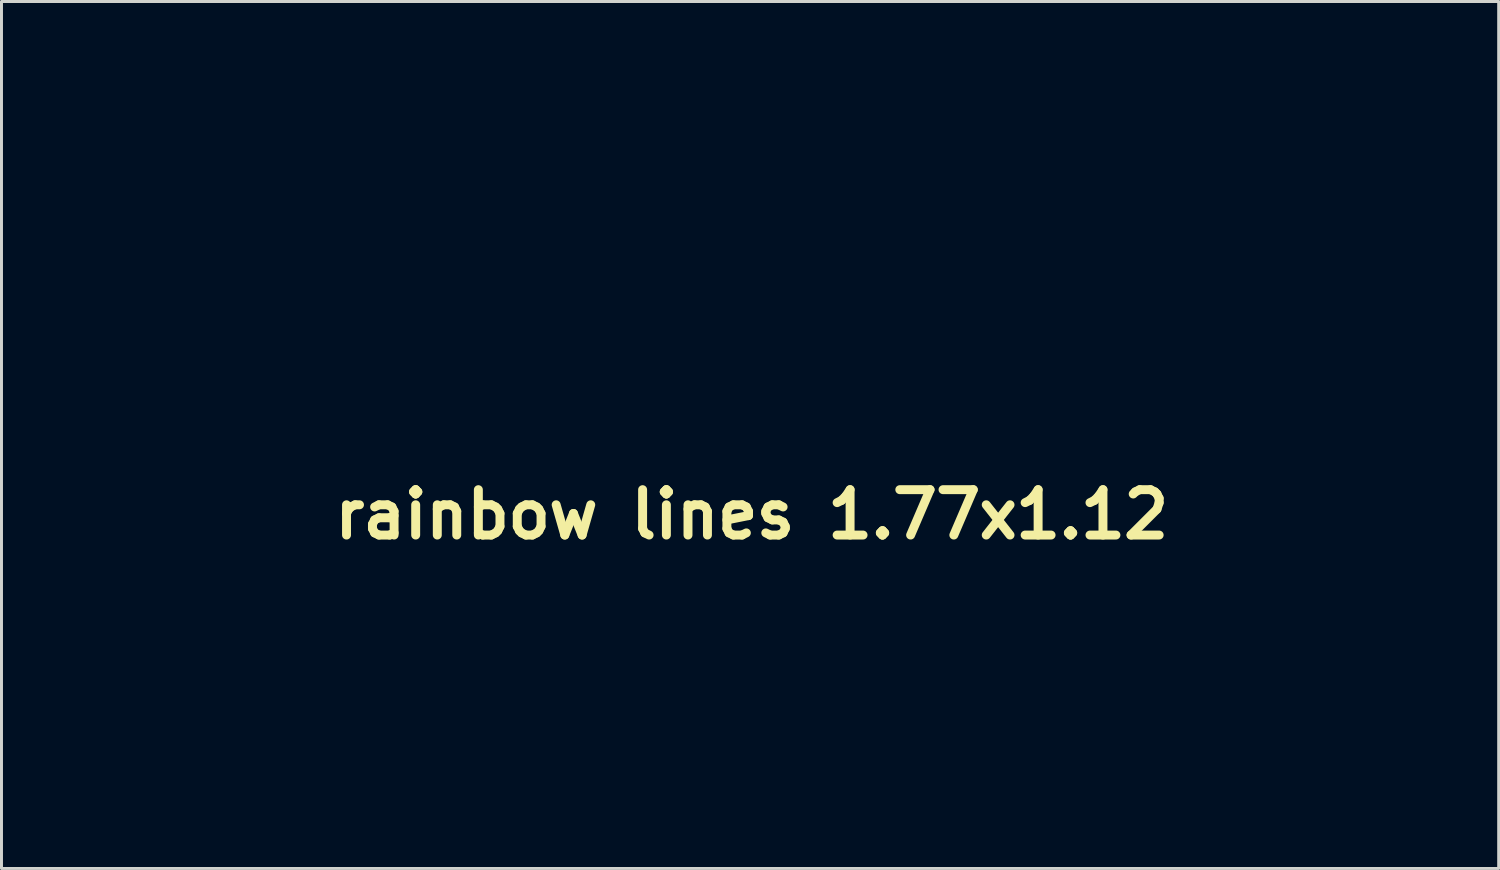
<source format=kicad_pcb>
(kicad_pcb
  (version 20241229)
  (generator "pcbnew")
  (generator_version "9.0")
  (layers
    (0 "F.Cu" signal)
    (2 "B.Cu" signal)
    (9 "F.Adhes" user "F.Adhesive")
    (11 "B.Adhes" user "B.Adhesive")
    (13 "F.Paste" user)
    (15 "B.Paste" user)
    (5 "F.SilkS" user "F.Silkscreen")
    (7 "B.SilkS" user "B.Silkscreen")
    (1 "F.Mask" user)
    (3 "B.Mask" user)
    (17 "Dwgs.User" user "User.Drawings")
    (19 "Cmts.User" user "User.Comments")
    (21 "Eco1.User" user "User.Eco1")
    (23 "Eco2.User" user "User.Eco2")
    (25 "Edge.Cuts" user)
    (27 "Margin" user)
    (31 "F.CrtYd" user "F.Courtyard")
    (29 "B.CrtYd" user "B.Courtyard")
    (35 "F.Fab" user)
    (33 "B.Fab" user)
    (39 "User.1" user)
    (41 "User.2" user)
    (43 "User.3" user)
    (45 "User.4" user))
  (footprint "rainbow lines 1.77x1.12"
    (layer "F.Cu")
    (at 22.193 14.227)
    (property "Reference" "rainbow lines 1.77x1.12" (at 0 0 0) (layer "F.SilkS") (effects (font (size 1.524 1.524) (thickness 0.3))))
    (attr board_only exclude_from_pos_files exclude_from_bom)
    (fp_poly (pts (xy 0.245 3.243) (xy 0.748 3.291) (xy 1.251 3.379) (xy 1.753 3.508) (xy 2.256 3.678) (xy 2.757 3.89) (xy 3.258 4.142) (xy 3.757 4.435) (xy 4.254 4.769) (xy 4.431 4.898) (xy 4.552 4.99) (xy 4.69 5.099) (xy 4.84 5.221) (xy 4.997 5.351) (xy 5.156 5.486) (xy 5.314 5.622) (xy 5.466 5.755) (xy 5.607 5.881) (xy 5.733 5.996) (xy 5.839 6.096) (xy 5.921 6.177) (xy 5.975 6.236) (xy 5.98 6.243) (xy 6.025 6.301) (xy 5.972 6.334) (xy 5.928 6.367) (xy 5.868 6.418) (xy 5.823 6.459) (xy 5.753 6.517) (xy 5.676 6.567) (xy 5.632 6.589) (xy 5.568 6.627) (xy 5.48 6.697) (xy 5.368 6.798) (xy 5.29 6.872) (xy 5.148 7.013) (xy 5.033 7.127) (xy 4.943 7.217) (xy 4.875 7.288) (xy 4.826 7.343) (xy 4.793 7.384) (xy 4.772 7.416) (xy 4.76 7.441) (xy 4.757 7.449) (xy 4.73 7.509) (xy 4.689 7.562) (xy 4.656 7.6) (xy 4.605 7.664) (xy 4.545 7.743) (xy 4.494 7.813) (xy 4.413 7.931) (xy 4.359 8.028) (xy 4.326 8.113) (xy 4.321 8.134) (xy 4.297 8.209) (xy 4.269 8.275) (xy 4.249 8.305) (xy 4.218 8.356) (xy 4.206 8.399) (xy 4.2 8.436) (xy 4.185 8.503) (xy 4.163 8.59) (xy 4.143 8.664) (xy 4.081 8.885) (xy 3.882 8.643) (xy 3.685 8.41) (xy 3.468 8.164) (xy 3.244 7.919) (xy 3.024 7.686) (xy 2.858 7.517) (xy 2.512 7.186) (xy 2.177 6.894) (xy 1.85 6.64) (xy 1.53 6.422) (xy 1.215 6.24) (xy 0.903 6.092) (xy 0.593 5.978) (xy 0.283 5.896) (xy 0.213 5.882) (xy 0.096 5.867) (xy -0.05 5.859) (xy -0.212 5.858) (xy -0.376 5.863) (xy -0.527 5.874) (xy -0.652 5.892) (xy -0.656 5.893) (xy -0.973 5.975) (xy -1.296 6.096) (xy -1.623 6.254) (xy -1.95 6.447) (xy -2.275 6.675) (xy -2.383 6.759) (xy -2.583 6.926) (xy -2.801 7.12) (xy -3.03 7.335) (xy -3.262 7.564) (xy -3.491 7.799) (xy -3.709 8.033) (xy -3.911 8.26) (xy -4.085 8.468) (xy -4.142 8.536) (xy -4.179 8.569) (xy -4.2 8.571) (xy -4.207 8.542) (xy -4.207 8.536) (xy -4.215 8.5) (xy -4.236 8.435) (xy -4.267 8.354) (xy -4.287 8.303) (xy -4.325 8.209) (xy -4.358 8.12) (xy -4.383 8.048) (xy -4.39 8.024) (xy -4.423 7.948) (xy -4.467 7.904) (xy -4.502 7.876) (xy -4.51 7.853) (xy -4.515 7.828) (xy -4.534 7.809) (xy -4.562 7.777) (xy -4.6 7.72) (xy -4.636 7.659) (xy -4.688 7.571) (xy -4.749 7.475) (xy -4.788 7.42) (xy -4.848 7.335) (xy -4.914 7.243) (xy -4.952 7.189) (xy -5.028 7.094) (xy -5.131 6.985) (xy -5.25 6.872) (xy -5.34 6.794) (xy -5.397 6.742) (xy -5.454 6.68) (xy -5.465 6.667) (xy -5.528 6.609) (xy -5.611 6.558) (xy -5.639 6.545) (xy -5.701 6.517) (xy -5.741 6.495) (xy -5.751 6.486) (xy -5.768 6.468) (xy -5.813 6.435) (xy -5.875 6.392) (xy -5.877 6.391) (xy -5.94 6.351) (xy -5.992 6.319) (xy -6.028 6.292) (xy -6.049 6.265) (xy -6.051 6.235) (xy -6.034 6.198) (xy -5.995 6.15) (xy -5.932 6.087) (xy -5.845 6.005) (xy -5.73 5.9) (xy -5.595 5.776) (xy -5.214 5.434) (xy -4.848 5.126) (xy -4.493 4.849) (xy -4.143 4.599) (xy -3.793 4.372) (xy -3.44 4.166) (xy -3.077 3.977) (xy -2.753 3.825) (xy -2.257 3.625) (xy -1.759 3.466) (xy -1.26 3.349) (xy -0.759 3.272) (xy -0.257 3.237)) (stroke (width 0) (type solid)) (fill yes) (layer "F.Mask"))
    (fp_poly (pts (xy 0.296 -14.223) (xy 0.847 -14.202) (xy 1.408 -14.166) (xy 1.967 -14.115) (xy 2.515 -14.049) (xy 2.757 -14.014) (xy 3.643 -13.86) (xy 4.518 -13.666) (xy 5.383 -13.433) (xy 6.236 -13.16) (xy 7.077 -12.849) (xy 7.905 -12.499) (xy 8.719 -12.112) (xy 9.518 -11.688) (xy 10.301 -11.227) (xy 11.069 -10.73) (xy 11.819 -10.197) (xy 12.552 -9.629) (xy 13.267 -9.027) (xy 13.962 -8.39) (xy 14.638 -7.719) (xy 15.293 -7.015) (xy 15.926 -6.278) (xy 16.537 -5.509) (xy 17.041 -4.827) (xy 17.641 -3.952) (xy 18.211 -3.046) (xy 18.752 -2.11) (xy 19.264 -1.144) (xy 19.745 -0.15) (xy 20.196 0.873) (xy 20.616 1.922) (xy 21.005 2.998) (xy 21.363 4.099) (xy 21.689 5.225) (xy 21.976 6.348) (xy 22.007 6.482) (xy 22.035 6.602) (xy 22.058 6.702) (xy 22.073 6.776) (xy 22.081 6.82) (xy 22.082 6.829) (xy 22.061 6.82) (xy 22.01 6.785) (xy 21.933 6.726) (xy 21.833 6.646) (xy 21.712 6.547) (xy 21.649 6.494) (xy 21.513 6.388) (xy 21.397 6.314) (xy 21.321 6.279) (xy 21.235 6.241) (xy 21.19 6.204) (xy 21.181 6.187) (xy 20.88 5.059) (xy 20.549 3.959) (xy 20.188 2.886) (xy 19.799 1.841) (xy 19.38 0.824) (xy 18.934 -0.164) (xy 18.458 -1.123) (xy 17.955 -2.052) (xy 17.424 -2.951) (xy 16.865 -3.819) (xy 16.279 -4.656) (xy 15.666 -5.461) (xy 15.027 -6.234) (xy 14.361 -6.974) (xy 13.669 -7.682) (xy 13.216 -8.113) (xy 12.875 -8.425) (xy 12.552 -8.71) (xy 12.237 -8.977) (xy 11.923 -9.231) (xy 11.601 -9.481) (xy 11.261 -9.733) (xy 11.067 -9.873) (xy 10.304 -10.393) (xy 9.529 -10.875) (xy 8.741 -11.316) (xy 7.941 -11.719) (xy 7.129 -12.081) (xy 6.306 -12.404) (xy 5.471 -12.687) (xy 4.625 -12.93) (xy 3.768 -13.133) (xy 2.9 -13.296) (xy 2.022 -13.419) (xy 1.135 -13.501) (xy 0.85 -13.519) (xy 0.375 -13.539) (xy -0.084 -13.546) (xy -0.54 -13.539) (xy -1.006 -13.518) (xy -1.496 -13.483) (xy -1.701 -13.465) (xy -2.566 -13.364) (xy -3.423 -13.223) (xy -4.271 -13.042) (xy -5.108 -12.822) (xy -5.935 -12.563) (xy -6.75 -12.265) (xy -7.552 -11.929) (xy -8.342 -11.556) (xy -9.118 -11.145) (xy -9.879 -10.698) (xy -10.626 -10.214) (xy -11.356 -9.695) (xy -12.069 -9.14) (xy -12.766 -8.551) (xy -13.443 -7.927) (xy -14.102 -7.269) (xy -14.742 -6.578) (xy -15.361 -5.854) (xy -15.958 -5.097) (xy -16.534 -4.308) (xy -16.558 -4.273) (xy -17.142 -3.404) (xy -17.696 -2.507) (xy -18.223 -1.58) (xy -18.722 -0.623) (xy -19.193 0.364) (xy -19.637 1.382) (xy -20.054 2.432) (xy -20.443 3.513) (xy -20.806 4.627) (xy -21.128 5.721) (xy -21.271 6.231) (xy -21.387 6.287) (xy -21.489 6.346) (xy -21.619 6.437) (xy -21.776 6.56) (xy -21.957 6.713) (xy -22.017 6.764) (xy -22.093 6.829) (xy -22.15 6.873) (xy -22.185 6.893) (xy -22.193 6.889) (xy -22.184 6.857) (xy -22.167 6.791) (xy -22.143 6.698) (xy -22.114 6.584) (xy -22.082 6.455) (xy -22.066 6.391) (xy -21.911 5.798) (xy -21.738 5.18) (xy -21.55 4.549) (xy -21.351 3.916) (xy -21.143 3.294) (xy -20.946 2.732) (xy -20.554 1.697) (xy -20.136 0.689) (xy -19.691 -0.291) (xy -19.221 -1.243) (xy -18.726 -2.167) (xy -18.207 -3.061) (xy -17.664 -3.925) (xy -17.097 -4.758) (xy -16.507 -5.561) (xy -15.895 -6.332) (xy -15.26 -7.071) (xy -14.604 -7.777) (xy -13.927 -8.45) (xy -13.23 -9.089) (xy -12.512 -9.694) (xy -11.775 -10.264) (xy -11.019 -10.799) (xy -10.244 -11.298) (xy -9.45 -11.76) (xy -8.64 -12.185) (xy -7.812 -12.572) (xy -7.242 -12.812) (xy -6.415 -13.126) (xy -5.583 -13.399) (xy -4.746 -13.633) (xy -3.899 -13.828) (xy -3.04 -13.984) (xy -2.167 -14.102) (xy -1.277 -14.183) (xy -0.739 -14.214) (xy -0.236 -14.227)) (stroke (width 0) (type solid)) (fill yes) (layer "F.Mask"))
    (fp_poly (pts (xy 0.178 -6.97) (xy 0.397 -6.968) (xy 0.588 -6.964) (xy 0.758 -6.958) (xy 0.916 -6.949) (xy 1.069 -6.936) (xy 1.226 -6.919) (xy 1.395 -6.897) (xy 1.584 -6.871) (xy 1.757 -6.845) (xy 2.457 -6.717) (xy 3.153 -6.549) (xy 3.842 -6.34) (xy 4.526 -6.091) (xy 5.202 -5.802) (xy 5.871 -5.474) (xy 6.533 -5.107) (xy 7.186 -4.701) (xy 7.83 -4.257) (xy 8.464 -3.775) (xy 9.088 -3.255) (xy 9.701 -2.699) (xy 10.303 -2.105) (xy 10.894 -1.476) (xy 11.471 -0.81) (xy 12.036 -0.108) (xy 12.144 0.031) (xy 12.424 0.406) (xy 12.714 0.812) (xy 13.01 1.24) (xy 13.305 1.682) (xy 13.594 2.131) (xy 13.873 2.579) (xy 14.136 3.016) (xy 14.376 3.436) (xy 14.378 3.439) (xy 14.407 3.491) (xy 13.878 3.497) (xy 13.621 3.502) (xy 13.401 3.509) (xy 13.209 3.52) (xy 13.04 3.536) (xy 12.885 3.558) (xy 12.735 3.588) (xy 12.584 3.625) (xy 12.424 3.671) (xy 12.286 3.715) (xy 12.083 3.784) (xy 11.919 3.848) (xy 11.785 3.909) (xy 11.676 3.969) (xy 11.597 4.024) (xy 11.548 4.06) (xy 11.513 4.08) (xy 11.506 4.081) (xy 11.49 4.064) (xy 11.455 4.018) (xy 11.405 3.946) (xy 11.345 3.856) (xy 11.285 3.765) (xy 10.761 2.98) (xy 10.231 2.231) (xy 9.694 1.521) (xy 9.151 0.848) (xy 8.602 0.214) (xy 8.048 -0.381) (xy 7.488 -0.937) (xy 6.924 -1.454) (xy 6.356 -1.931) (xy 5.783 -2.368) (xy 5.206 -2.765) (xy 4.626 -3.121) (xy 4.043 -3.436) (xy 3.699 -3.602) (xy 3.185 -3.825) (xy 2.681 -4.013) (xy 2.178 -4.168) (xy 1.67 -4.292) (xy 1.146 -4.389) (xy 0.814 -4.436) (xy 0.605 -4.457) (xy 0.364 -4.472) (xy 0.101 -4.481) (xy -0.17 -4.484) (xy -0.44 -4.481) (xy -0.696 -4.472) (xy -0.926 -4.457) (xy -1.029 -4.447) (xy -1.616 -4.363) (xy -2.198 -4.242) (xy -2.774 -4.083) (xy -3.347 -3.886) (xy -3.916 -3.65) (xy -4.484 -3.375) (xy -5.051 -3.061) (xy -5.617 -2.706) (xy -6.185 -2.311) (xy -6.755 -1.875) (xy -6.803 -1.837) (xy -7.004 -1.67) (xy -7.226 -1.475) (xy -7.465 -1.259) (xy -7.714 -1.026) (xy -7.969 -0.781) (xy -8.223 -0.53) (xy -8.472 -0.278) (xy -8.709 -0.031) (xy -8.929 0.206) (xy -9.032 0.321) (xy -9.385 0.727) (xy -9.746 1.165) (xy -10.111 1.627) (xy -10.475 2.106) (xy -10.831 2.593) (xy -11.174 3.083) (xy -11.498 3.567) (xy -11.603 3.729) (xy -11.66 3.818) (xy -11.708 3.892) (xy -11.744 3.947) (xy -11.762 3.974) (xy -11.763 3.976) (xy -11.784 3.97) (xy -11.829 3.946) (xy -11.855 3.931) (xy -11.932 3.888) (xy -12.018 3.849) (xy -12.04 3.841) (xy -12.119 3.807) (xy -12.193 3.767) (xy -12.212 3.755) (xy -12.294 3.712) (xy -12.414 3.668) (xy -12.564 3.625) (xy -12.737 3.585) (xy -12.926 3.549) (xy -13.124 3.519) (xy -13.324 3.496) (xy -13.383 3.491) (xy -13.453 3.488) (xy -13.555 3.488) (xy -13.68 3.49) (xy -13.82 3.494) (xy -13.966 3.499) (xy -14.11 3.505) (xy -14.243 3.512) (xy -14.358 3.52) (xy -14.445 3.527) (xy -14.497 3.535) (xy -14.498 3.535) (xy -14.516 3.537) (xy -14.523 3.528) (xy -14.517 3.503) (xy -14.496 3.457) (xy -14.459 3.387) (xy -14.403 3.286) (xy -14.377 3.24) (xy -13.867 2.365) (xy -13.342 1.528) (xy -12.803 0.731) (xy -12.25 -0.029) (xy -11.681 -0.751) (xy -11.097 -1.435) (xy -10.498 -2.083) (xy -9.882 -2.694) (xy -9.25 -3.269) (xy -8.601 -3.809) (xy -8.367 -3.992) (xy -7.73 -4.457) (xy -7.082 -4.885) (xy -6.424 -5.274) (xy -5.757 -5.625) (xy -5.081 -5.936) (xy -4.398 -6.208) (xy -3.708 -6.44) (xy -3.013 -6.632) (xy -2.312 -6.783) (xy -1.88 -6.855) (xy -1.678 -6.884) (xy -1.497 -6.908) (xy -1.33 -6.928) (xy -1.169 -6.943) (xy -1.005 -6.954) (xy -0.831 -6.961) (xy -0.639 -6.967) (xy -0.42 -6.969) (xy -0.167 -6.97) (xy -0.078 -6.97)) (stroke (width 0) (type solid)) (fill yes) (layer "F.Mask")))
  (gr_rect
    (start -3 -3)
    (end 47.274 26.112)
    (stroke (width 0.1) (type default))
    (fill no)
    (layer "Edge.Cuts")))
</source>
